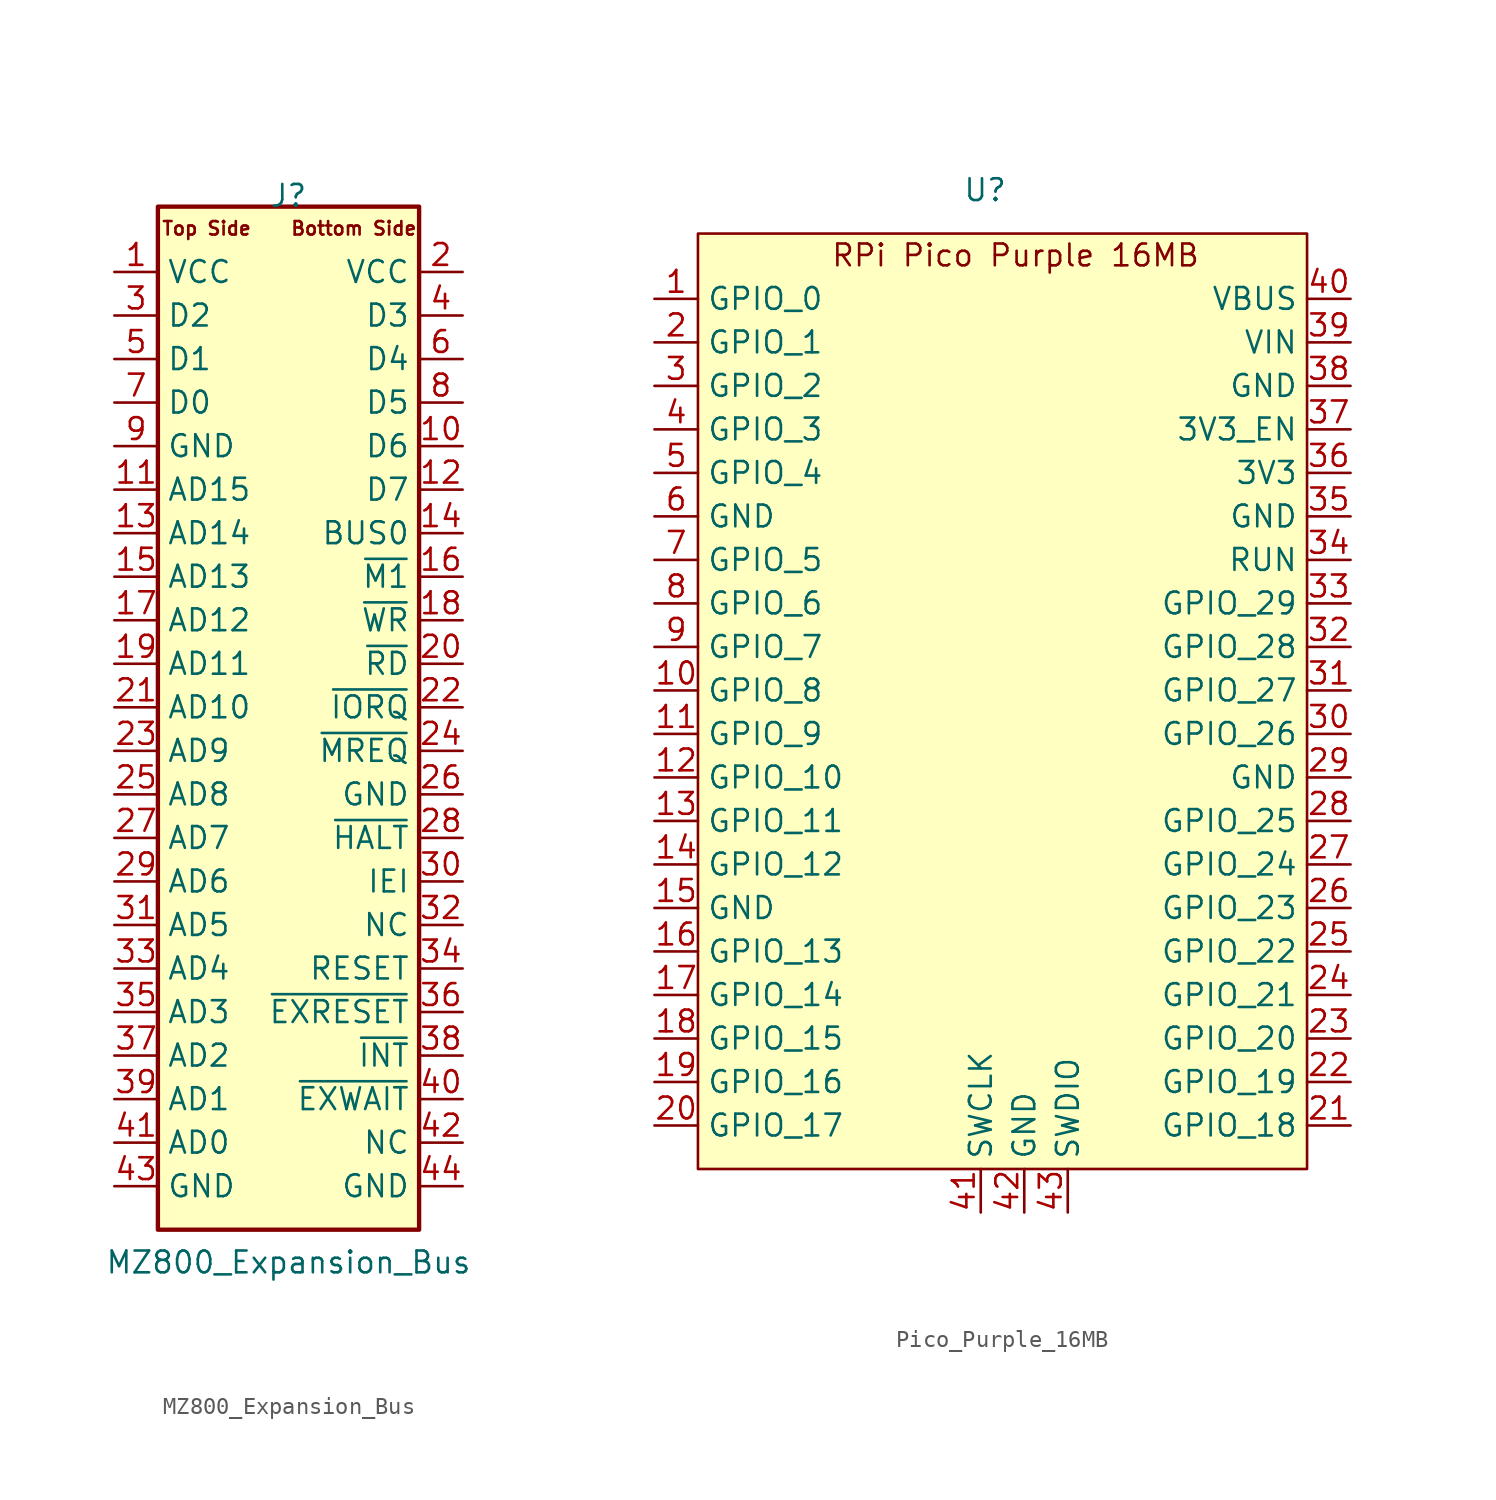
<source format=kicad_sym>
(kicad_symbol_lib
  (version 20241209)
  (generator "kicad_symbol_editor")
  (generator_version "9.0")
  (symbol "MZ800_Expansion_Bus"
    (property "Reference" "J"
      (at 0 31.115 0)
      (effects (font (size 1.27 1.27))))
    (property "Value" "MZ800_Expansion_Bus"
      (at 0 -31.115 0)
      (effects (font (size 1.27 1.27))))
    (symbol "MZ800_Expansion_Bus_0_0"
      (text " Top Side" (at -5.08 29.21 0) (effects (font (size 0.787 0.787))))
      (text "Bottom Side" (at 3.81 29.21 0) (effects (font (size 0.787 0.787)))))
    (symbol "MZ800_Expansion_Bus_0_1"
      (rectangle (start -7.62 -29.21) (end 7.62 30.48) (stroke (width 0.254) (type default)) (fill (type background))))
    (symbol "MZ800_Expansion_Bus_1_1"
      (pin power_out line (at -10.16 26.67 0) (length 2.54) (name "VCC" (effects (font (size 1.27 1.27)))) (number "1" (effects (font (size 1.27 1.27)))))
      (pin tri_state line (at -10.16 24.13 0) (length 2.54) (name "D2" (effects (font (size 1.27 1.27)))) (number "3" (effects (font (size 1.27 1.27)))))
      (pin tri_state line (at -10.16 21.59 0) (length 2.54) (name "D1" (effects (font (size 1.27 1.27)))) (number "5" (effects (font (size 1.27 1.27)))))
      (pin tri_state line (at -10.16 19.05 0) (length 2.54) (name "D0" (effects (font (size 1.27 1.27)))) (number "7" (effects (font (size 1.27 1.27)))))
      (pin power_in line (at -10.16 16.51 0) (length 2.54) (name "GND" (effects (font (size 1.27 1.27)))) (number "9" (effects (font (size 1.27 1.27)))))
      (pin output line (at -10.16 13.97 0) (length 2.54) (name "AD15" (effects (font (size 1.27 1.27)))) (number "11" (effects (font (size 1.27 1.27)))))
      (pin output line (at -10.16 11.43 0) (length 2.54) (name "AD14" (effects (font (size 1.27 1.27)))) (number "13" (effects (font (size 1.27 1.27)))))
      (pin output line (at -10.16 8.89 0) (length 2.54) (name "AD13" (effects (font (size 1.27 1.27)))) (number "15" (effects (font (size 1.27 1.27)))))
      (pin output line (at -10.16 6.35 0) (length 2.54) (name "AD12" (effects (font (size 1.27 1.27)))) (number "17" (effects (font (size 1.27 1.27)))))
      (pin output line (at -10.16 3.81 0) (length 2.54) (name "AD11" (effects (font (size 1.27 1.27)))) (number "19" (effects (font (size 1.27 1.27)))))
      (pin output line (at -10.16 1.27 0) (length 2.54) (name "AD10" (effects (font (size 1.27 1.27)))) (number "21" (effects (font (size 1.27 1.27)))))
      (pin output line (at -10.16 -1.27 0) (length 2.54) (name "AD9" (effects (font (size 1.27 1.27)))) (number "23" (effects (font (size 1.27 1.27)))))
      (pin output line (at -10.16 -3.81 0) (length 2.54) (name "AD8" (effects (font (size 1.27 1.27)))) (number "25" (effects (font (size 1.27 1.27)))))
      (pin output line (at -10.16 -6.35 0) (length 2.54) (name "AD7" (effects (font (size 1.27 1.27)))) (number "27" (effects (font (size 1.27 1.27)))))
      (pin output line (at -10.16 -8.89 0) (length 2.54) (name "AD6" (effects (font (size 1.27 1.27)))) (number "29" (effects (font (size 1.27 1.27)))))
      (pin output line (at -10.16 -11.43 0) (length 2.54) (name "AD5" (effects (font (size 1.27 1.27)))) (number "31" (effects (font (size 1.27 1.27)))))
      (pin output line (at -10.16 -13.97 0) (length 2.54) (name "AD4" (effects (font (size 1.27 1.27)))) (number "33" (effects (font (size 1.27 1.27)))))
      (pin output line (at -10.16 -16.51 0) (length 2.54) (name "AD3" (effects (font (size 1.27 1.27)))) (number "35" (effects (font (size 1.27 1.27)))))
      (pin output line (at -10.16 -19.05 0) (length 2.54) (name "AD2" (effects (font (size 1.27 1.27)))) (number "37" (effects (font (size 1.27 1.27)))))
      (pin output line (at -10.16 -21.59 0) (length 2.54) (name "AD1" (effects (font (size 1.27 1.27)))) (number "39" (effects (font (size 1.27 1.27)))))
      (pin output line (at -10.16 -24.13 0) (length 2.54) (name "AD0" (effects (font (size 1.27 1.27)))) (number "41" (effects (font (size 1.27 1.27)))))
      (pin power_in line (at -10.16 -26.67 0) (length 2.54) (name "GND" (effects (font (size 1.27 1.27)))) (number "43" (effects (font (size 1.27 1.27)))))
      (pin power_in line (at 10.16 26.67 180) (length 2.54) (name "VCC" (effects (font (size 1.27 1.27)))) (number "2" (effects (font (size 1.27 1.27)))))
      (pin tri_state line (at 10.16 24.13 180) (length 2.54) (name "D3" (effects (font (size 1.27 1.27)))) (number "4" (effects (font (size 1.27 1.27)))))
      (pin tri_state line (at 10.16 21.59 180) (length 2.54) (name "D4" (effects (font (size 1.27 1.27)))) (number "6" (effects (font (size 1.27 1.27)))))
      (pin tri_state line (at 10.16 19.05 180) (length 2.54) (name "D5" (effects (font (size 1.27 1.27)))) (number "8" (effects (font (size 1.27 1.27)))))
      (pin tri_state line (at 10.16 16.51 180) (length 2.54) (name "D6" (effects (font (size 1.27 1.27)))) (number "10" (effects (font (size 1.27 1.27)))))
      (pin tri_state line (at 10.16 13.97 180) (length 2.54) (name "D7" (effects (font (size 1.27 1.27)))) (number "12" (effects (font (size 1.27 1.27)))))
      (pin output line (at 10.16 11.43 180) (length 2.54) (name "BUS0" (effects (font (size 1.27 1.27)))) (number "14" (effects (font (size 1.27 1.27)))))
      (pin output line (at 10.16 8.89 180) (length 2.54) (name "~{M1}" (effects (font (size 1.27 1.27)))) (number "16" (effects (font (size 1.27 1.27)))))
      (pin output line (at 10.16 6.35 180) (length 2.54) (name "~{WR}" (effects (font (size 1.27 1.27)))) (number "18" (effects (font (size 1.27 1.27)))))
      (pin output line (at 10.16 3.81 180) (length 2.54) (name "~{RD}" (effects (font (size 1.27 1.27)))) (number "20" (effects (font (size 1.27 1.27)))))
      (pin output line (at 10.16 1.27 180) (length 2.54) (name "~{IORQ}" (effects (font (size 1.27 1.27)))) (number "22" (effects (font (size 1.27 1.27)))))
      (pin output line (at 10.16 -1.27 180) (length 2.54) (name "~{MREQ}" (effects (font (size 1.27 1.27)))) (number "24" (effects (font (size 1.27 1.27)))))
      (pin power_out line (at 10.16 -3.81 180) (length 2.54) (name "GND" (effects (font (size 1.27 1.27)))) (number "26" (effects (font (size 1.27 1.27)))))
      (pin input line (at 10.16 -6.35 180) (length 2.54) (name "~{HALT}" (effects (font (size 1.27 1.27)))) (number "28" (effects (font (size 1.27 1.27)))))
      (pin input line (at 10.16 -8.89 180) (length 2.54) (name "IEI" (effects (font (size 1.27 1.27)))) (number "30" (effects (font (size 1.27 1.27)))))
      (pin passive line (at 10.16 -11.43 180) (length 2.54) (name "NC" (effects (font (size 1.27 1.27)))) (number "32" (effects (font (size 1.27 1.27)))))
      (pin output line (at 10.16 -13.97 180) (length 2.54) (name "RESET" (effects (font (size 1.27 1.27)))) (number "34" (effects (font (size 1.27 1.27)))))
      (pin input line (at 10.16 -16.51 180) (length 2.54) (name "~{EXRESET}" (effects (font (size 1.27 1.27)))) (number "36" (effects (font (size 1.27 1.27)))))
      (pin input line (at 10.16 -19.05 180) (length 2.54) (name "~{INT}" (effects (font (size 1.27 1.27)))) (number "38" (effects (font (size 1.27 1.27)))))
      (pin input line (at 10.16 -21.59 180) (length 2.54) (name "~{EXWAIT}" (effects (font (size 1.27 1.27)))) (number "40" (effects (font (size 1.27 1.27)))))
      (pin passive line (at 10.16 -24.13 180) (length 2.54) (name "NC" (effects (font (size 1.27 1.27)))) (number "42" (effects (font (size 1.27 1.27)))))
      (pin power_in line (at 10.16 -26.67 180) (length 2.54) (name "GND" (effects (font (size 1.27 1.27)))) (number "44" (effects (font (size 1.27 1.27)))))))
  (symbol "Pico_Purple_16MB"
    (property "Reference" "U"
      (at -2.286 3.81 0)
      (effects (font (size 1.27 1.27))))
    (property "Value" ""
      (at -1.27 0 0)
      (effects (font (size 1.27 1.27))))
    (symbol "Pico_Purple_16MB_1_1"
      (rectangle (start -19.05 1.27) (end 16.51 -53.34) (stroke (width 0) (type default)) (fill (type background)))
      (text "RPi Pico Purple 16MB" (at -0.508 0 0) (effects (font (size 1.27 1.27))))
      (pin bidirectional line (at -21.59 -2.54 0) (length 2.54) (name "GPIO_0" (effects (font (size 1.27 1.27)))) (number "1" (effects (font (size 1.27 1.27)))))
      (pin bidirectional line (at -21.59 -5.08 0) (length 2.54) (name "GPIO_1" (effects (font (size 1.27 1.27)))) (number "2" (effects (font (size 1.27 1.27)))))
      (pin bidirectional line (at -21.59 -7.62 0) (length 2.54) (name "GPIO_2" (effects (font (size 1.27 1.27)))) (number "3" (effects (font (size 1.27 1.27)))))
      (pin bidirectional line (at -21.59 -10.16 0) (length 2.54) (name "GPIO_3" (effects (font (size 1.27 1.27)))) (number "4" (effects (font (size 1.27 1.27)))))
      (pin bidirectional line (at -21.59 -12.7 0) (length 2.54) (name "GPIO_4" (effects (font (size 1.27 1.27)))) (number "5" (effects (font (size 1.27 1.27)))))
      (pin power_in line (at -21.59 -15.24 0) (length 2.54) (name "GND" (effects (font (size 1.27 1.27)))) (number "6" (effects (font (size 1.27 1.27)))))
      (pin bidirectional line (at -21.59 -17.78 0) (length 2.54) (name "GPIO_5" (effects (font (size 1.27 1.27)))) (number "7" (effects (font (size 1.27 1.27)))))
      (pin bidirectional line (at -21.59 -20.32 0) (length 2.54) (name "GPIO_6" (effects (font (size 1.27 1.27)))) (number "8" (effects (font (size 1.27 1.27)))))
      (pin bidirectional line (at -21.59 -22.86 0) (length 2.54) (name "GPIO_7" (effects (font (size 1.27 1.27)))) (number "9" (effects (font (size 1.27 1.27)))))
      (pin bidirectional line (at -21.59 -25.4 0) (length 2.54) (name "GPIO_8" (effects (font (size 1.27 1.27)))) (number "10" (effects (font (size 1.27 1.27)))))
      (pin bidirectional line (at -21.59 -27.94 0) (length 2.54) (name "GPIO_9" (effects (font (size 1.27 1.27)))) (number "11" (effects (font (size 1.27 1.27)))))
      (pin bidirectional line (at -21.59 -30.48 0) (length 2.54) (name "GPIO_10" (effects (font (size 1.27 1.27)))) (number "12" (effects (font (size 1.27 1.27)))))
      (pin bidirectional line (at -21.59 -33.02 0) (length 2.54) (name "GPIO_11" (effects (font (size 1.27 1.27)))) (number "13" (effects (font (size 1.27 1.27)))))
      (pin bidirectional line (at -21.59 -35.56 0) (length 2.54) (name "GPIO_12" (effects (font (size 1.27 1.27)))) (number "14" (effects (font (size 1.27 1.27)))))
      (pin power_in line (at -21.59 -38.1 0) (length 2.54) (name "GND" (effects (font (size 1.27 1.27)))) (number "15" (effects (font (size 1.27 1.27)))))
      (pin bidirectional line (at -21.59 -40.64 0) (length 2.54) (name "GPIO_13" (effects (font (size 1.27 1.27)))) (number "16" (effects (font (size 1.27 1.27)))))
      (pin bidirectional line (at -21.59 -43.18 0) (length 2.54) (name "GPIO_14" (effects (font (size 1.27 1.27)))) (number "17" (effects (font (size 1.27 1.27)))))
      (pin bidirectional line (at -21.59 -45.72 0) (length 2.54) (name "GPIO_15" (effects (font (size 1.27 1.27)))) (number "18" (effects (font (size 1.27 1.27)))))
      (pin bidirectional line (at -21.59 -48.26 0) (length 2.54) (name "GPIO_16" (effects (font (size 1.27 1.27)))) (number "19" (effects (font (size 1.27 1.27)))))
      (pin bidirectional line (at -21.59 -50.8 0) (length 2.54) (name "GPIO_17" (effects (font (size 1.27 1.27)))) (number "20" (effects (font (size 1.27 1.27)))))
      (pin input line (at -2.54 -55.88 90) (length 2.54) (name "SWCLK" (effects (font (size 1.27 1.27)))) (number "41" (effects (font (size 1.27 1.27)))))
      (pin power_in line (at 0 -55.88 90) (length 2.54) (name "GND" (effects (font (size 1.27 1.27)))) (number "42" (effects (font (size 1.27 1.27)))))
      (pin bidirectional line (at 2.54 -55.88 90) (length 2.54) (name "SWDIO" (effects (font (size 1.27 1.27)))) (number "43" (effects (font (size 1.27 1.27)))))
      (pin power_in line (at 19.05 -2.54 180) (length 2.54) (name "VBUS" (effects (font (size 1.27 1.27)))) (number "40" (effects (font (size 1.27 1.27)))))
      (pin power_in line (at 19.05 -5.08 180) (length 2.54) (name "VIN" (effects (font (size 1.27 1.27)))) (number "39" (effects (font (size 1.27 1.27)))))
      (pin power_in line (at 19.05 -7.62 180) (length 2.54) (name "GND" (effects (font (size 1.27 1.27)))) (number "38" (effects (font (size 1.27 1.27)))))
      (pin input line (at 19.05 -10.16 180) (length 2.54) (name "3V3_EN" (effects (font (size 1.27 1.27)))) (number "37" (effects (font (size 1.27 1.27)))))
      (pin power_in line (at 19.05 -12.7 180) (length 2.54) (name "3V3" (effects (font (size 1.27 1.27)))) (number "36" (effects (font (size 1.27 1.27)))))
      (pin power_in line (at 19.05 -15.24 180) (length 2.54) (name "GND" (effects (font (size 1.27 1.27)))) (number "35" (effects (font (size 1.27 1.27)))))
      (pin input line (at 19.05 -17.78 180) (length 2.54) (name "RUN" (effects (font (size 1.27 1.27)))) (number "34" (effects (font (size 1.27 1.27)))))
      (pin bidirectional line (at 19.05 -20.32 180) (length 2.54) (name "GPIO_29" (effects (font (size 1.27 1.27)))) (number "33" (effects (font (size 1.27 1.27)))))
      (pin bidirectional line (at 19.05 -22.86 180) (length 2.54) (name "GPIO_28" (effects (font (size 1.27 1.27)))) (number "32" (effects (font (size 1.27 1.27)))))
      (pin bidirectional line (at 19.05 -25.4 180) (length 2.54) (name "GPIO_27" (effects (font (size 1.27 1.27)))) (number "31" (effects (font (size 1.27 1.27)))))
      (pin bidirectional line (at 19.05 -27.94 180) (length 2.54) (name "GPIO_26" (effects (font (size 1.27 1.27)))) (number "30" (effects (font (size 1.27 1.27)))))
      (pin power_in line (at 19.05 -30.48 180) (length 2.54) (name "GND" (effects (font (size 1.27 1.27)))) (number "29" (effects (font (size 1.27 1.27)))))
      (pin bidirectional line (at 19.05 -33.02 180) (length 2.54) (name "GPIO_25" (effects (font (size 1.27 1.27)))) (number "28" (effects (font (size 1.27 1.27)))))
      (pin bidirectional line (at 19.05 -35.56 180) (length 2.54) (name "GPIO_24" (effects (font (size 1.27 1.27)))) (number "27" (effects (font (size 1.27 1.27)))))
      (pin bidirectional line (at 19.05 -38.1 180) (length 2.54) (name "GPIO_23" (effects (font (size 1.27 1.27)))) (number "26" (effects (font (size 1.27 1.27)))))
      (pin bidirectional line (at 19.05 -40.64 180) (length 2.54) (name "GPIO_22" (effects (font (size 1.27 1.27)))) (number "25" (effects (font (size 1.27 1.27)))))
      (pin bidirectional line (at 19.05 -43.18 180) (length 2.54) (name "GPIO_21" (effects (font (size 1.27 1.27)))) (number "24" (effects (font (size 1.27 1.27)))))
      (pin bidirectional line (at 19.05 -45.72 180) (length 2.54) (name "GPIO_20" (effects (font (size 1.27 1.27)))) (number "23" (effects (font (size 1.27 1.27)))))
      (pin bidirectional line (at 19.05 -48.26 180) (length 2.54) (name "GPIO_19" (effects (font (size 1.27 1.27)))) (number "22" (effects (font (size 1.27 1.27)))))
      (pin bidirectional line (at 19.05 -50.8 180) (length 2.54) (name "GPIO_18" (effects (font (size 1.27 1.27)))) (number "21" (effects (font (size 1.27 1.27))))))))
</source>
